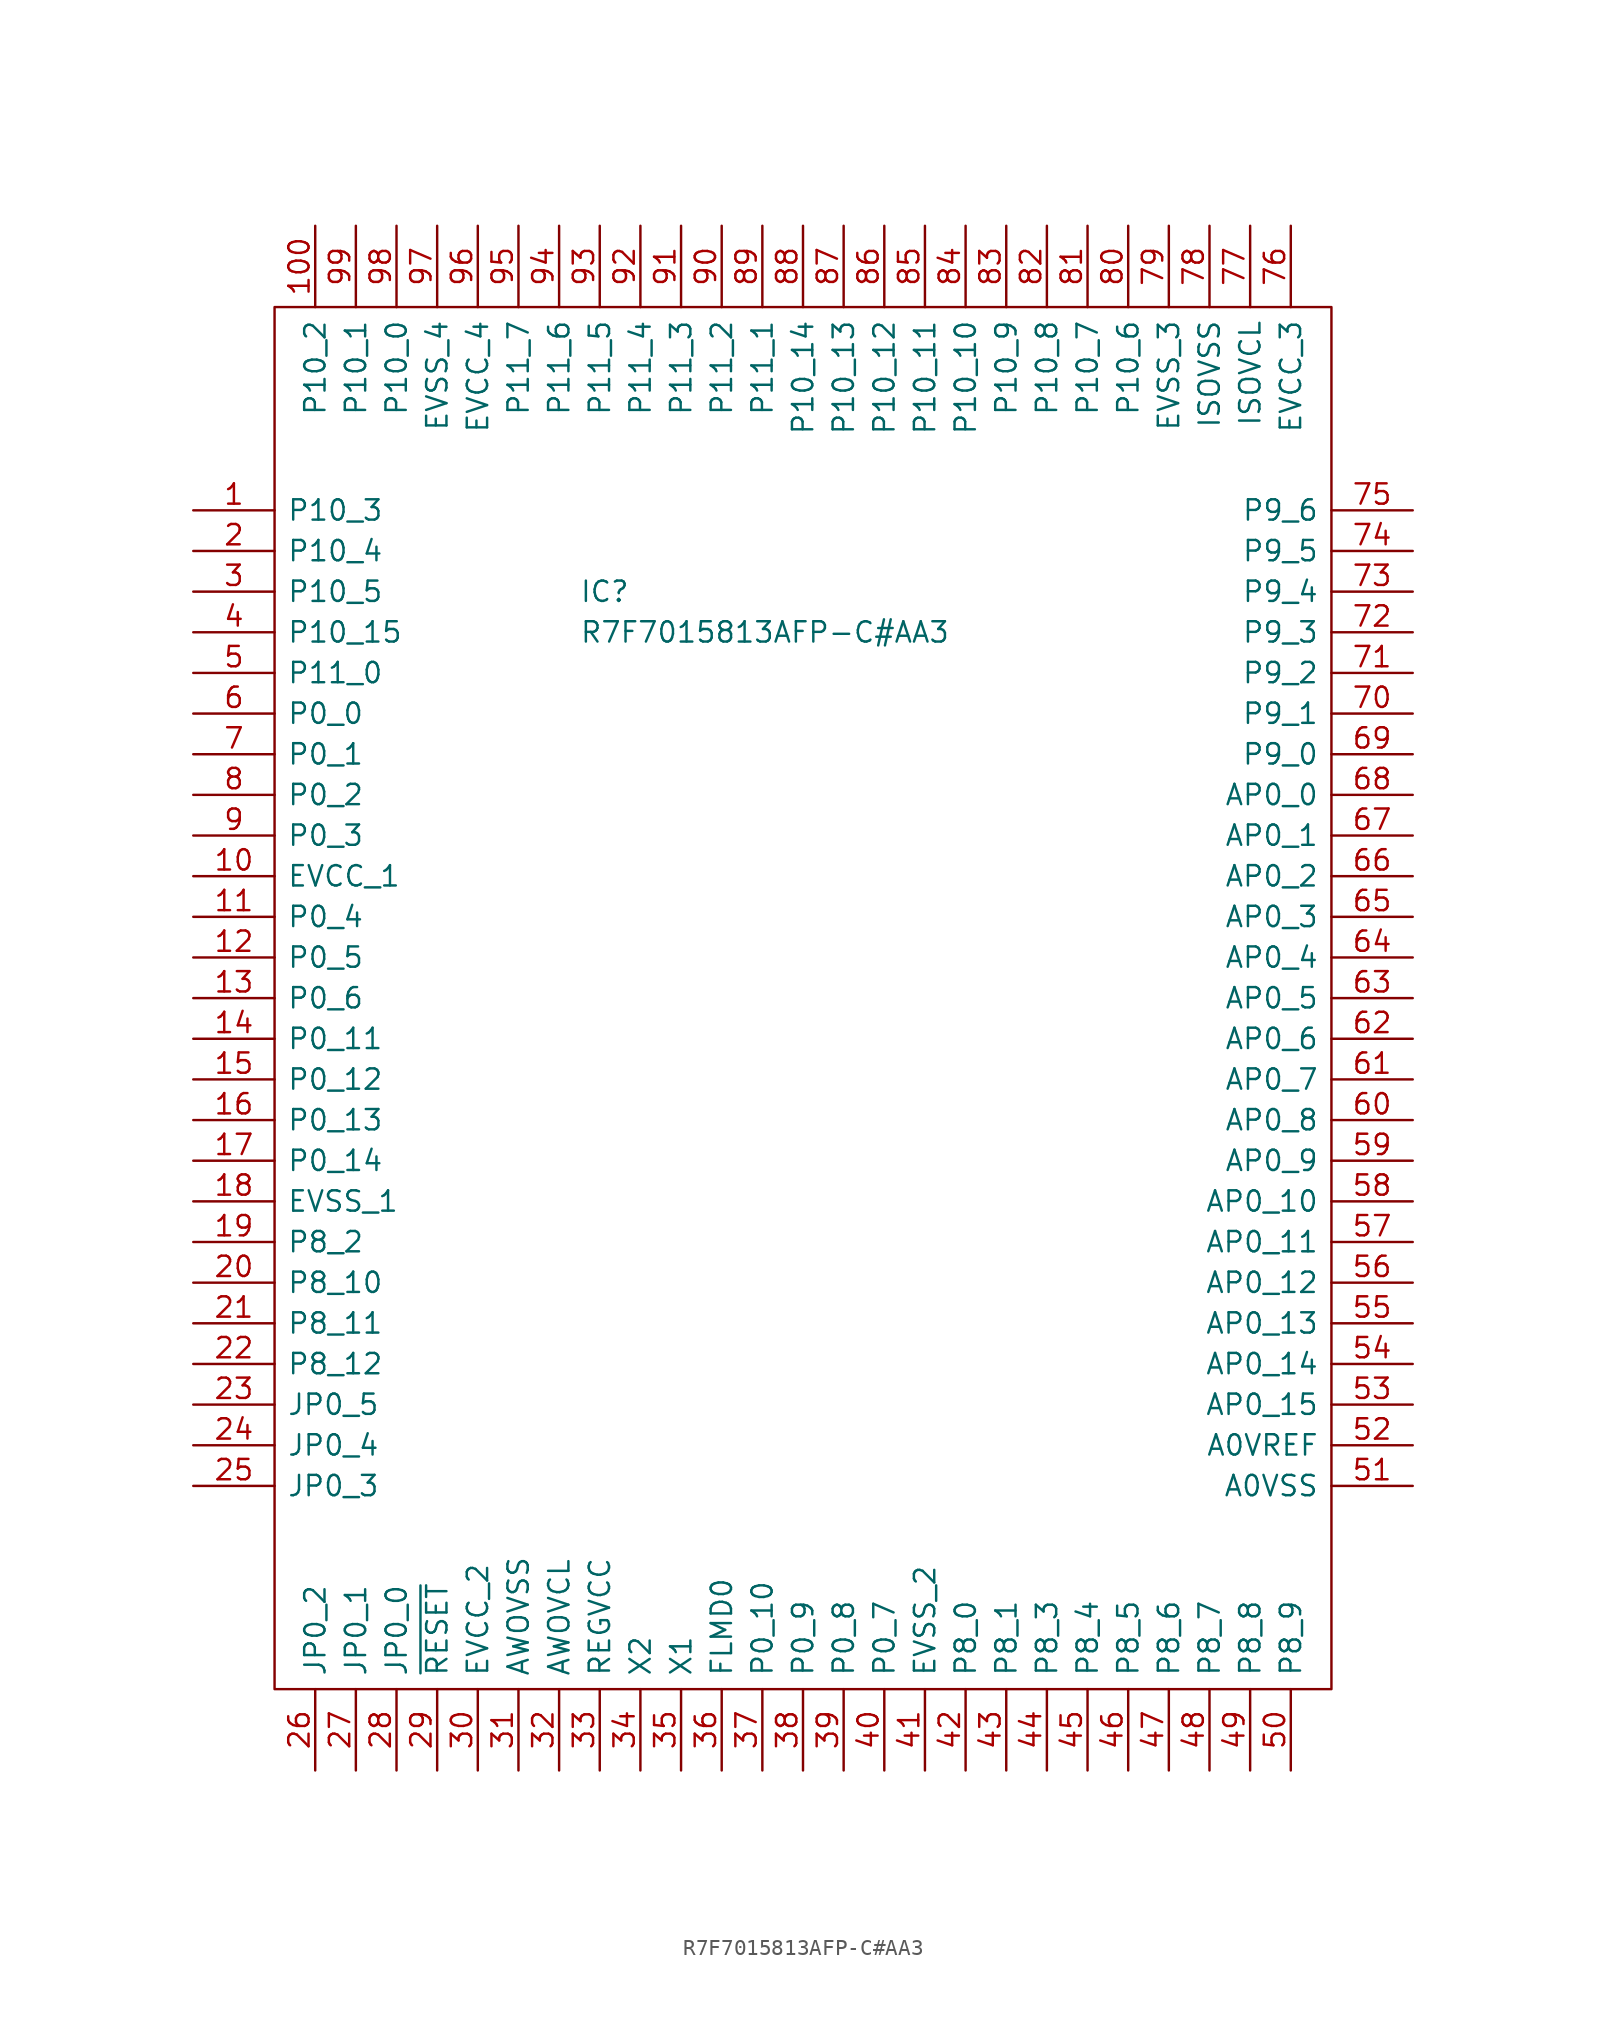
<source format=kicad_sym>
(kicad_symbol_lib
  (version 20211014)
  (generator kicad_symbol_editor)
  (symbol "R7F7015813AFP-C#AA3"
    (pin_names
      (offset 0.762))
    (property "Reference" "IC"
      (at -13.97 26.67 0)
      (effects (font (size 1.27 1.27)) (justify left)))
    (property "Value" "R7F7015813AFP-C#AA3"
      (at -13.97 24.13 0)
      (effects (font (size 1.27 1.27)) (justify left)))
    (symbol "R7F7015813AFP-C#AA3_0_0"
      (pin passive line (at -38.1 31.75 0) (length 5.08) (name "P10_3" (effects (font (size 1.27 1.27)))) (number "1" (effects (font (size 1.27 1.27)))))
      (pin passive line (at -38.1 8.89 0) (length 5.08) (name "EVCC_1" (effects (font (size 1.27 1.27)))) (number "10" (effects (font (size 1.27 1.27)))))
      (pin passive line (at -30.48 49.53 270) (length 5.08) (name "P10_2" (effects (font (size 1.27 1.27)))) (number "100" (effects (font (size 1.27 1.27)))))
      (pin passive line (at -38.1 6.35 0) (length 5.08) (name "P0_4" (effects (font (size 1.27 1.27)))) (number "11" (effects (font (size 1.27 1.27)))))
      (pin passive line (at -38.1 3.81 0) (length 5.08) (name "P0_5" (effects (font (size 1.27 1.27)))) (number "12" (effects (font (size 1.27 1.27)))))
      (pin passive line (at -38.1 1.27 0) (length 5.08) (name "P0_6" (effects (font (size 1.27 1.27)))) (number "13" (effects (font (size 1.27 1.27)))))
      (pin passive line (at -38.1 -1.27 0) (length 5.08) (name "P0_11" (effects (font (size 1.27 1.27)))) (number "14" (effects (font (size 1.27 1.27)))))
      (pin passive line (at -38.1 -3.81 0) (length 5.08) (name "P0_12" (effects (font (size 1.27 1.27)))) (number "15" (effects (font (size 1.27 1.27)))))
      (pin passive line (at -38.1 -6.35 0) (length 5.08) (name "P0_13" (effects (font (size 1.27 1.27)))) (number "16" (effects (font (size 1.27 1.27)))))
      (pin passive line (at -38.1 -8.89 0) (length 5.08) (name "P0_14" (effects (font (size 1.27 1.27)))) (number "17" (effects (font (size 1.27 1.27)))))
      (pin passive line (at -38.1 -11.43 0) (length 5.08) (name "EVSS_1" (effects (font (size 1.27 1.27)))) (number "18" (effects (font (size 1.27 1.27)))))
      (pin passive line (at -38.1 -13.97 0) (length 5.08) (name "P8_2" (effects (font (size 1.27 1.27)))) (number "19" (effects (font (size 1.27 1.27)))))
      (pin passive line (at -38.1 29.21 0) (length 5.08) (name "P10_4" (effects (font (size 1.27 1.27)))) (number "2" (effects (font (size 1.27 1.27)))))
      (pin passive line (at -38.1 -16.51 0) (length 5.08) (name "P8_10" (effects (font (size 1.27 1.27)))) (number "20" (effects (font (size 1.27 1.27)))))
      (pin passive line (at -38.1 -19.05 0) (length 5.08) (name "P8_11" (effects (font (size 1.27 1.27)))) (number "21" (effects (font (size 1.27 1.27)))))
      (pin passive line (at -38.1 -21.59 0) (length 5.08) (name "P8_12" (effects (font (size 1.27 1.27)))) (number "22" (effects (font (size 1.27 1.27)))))
      (pin passive line (at -38.1 -24.13 0) (length 5.08) (name "JP0_5" (effects (font (size 1.27 1.27)))) (number "23" (effects (font (size 1.27 1.27)))))
      (pin passive line (at -38.1 -26.67 0) (length 5.08) (name "JP0_4" (effects (font (size 1.27 1.27)))) (number "24" (effects (font (size 1.27 1.27)))))
      (pin passive line (at -38.1 -29.21 0) (length 5.08) (name "JP0_3" (effects (font (size 1.27 1.27)))) (number "25" (effects (font (size 1.27 1.27)))))
      (pin passive line (at -30.48 -46.99 90) (length 5.08) (name "JP0_2" (effects (font (size 1.27 1.27)))) (number "26" (effects (font (size 1.27 1.27)))))
      (pin passive line (at -27.94 -46.99 90) (length 5.08) (name "JP0_1" (effects (font (size 1.27 1.27)))) (number "27" (effects (font (size 1.27 1.27)))))
      (pin passive line (at -25.4 -46.99 90) (length 5.08) (name "JP0_0" (effects (font (size 1.27 1.27)))) (number "28" (effects (font (size 1.27 1.27)))))
      (pin passive line (at -22.86 -46.99 90) (length 5.08) (name "~{RESET}" (effects (font (size 1.27 1.27)))) (number "29" (effects (font (size 1.27 1.27)))))
      (pin passive line (at -38.1 26.67 0) (length 5.08) (name "P10_5" (effects (font (size 1.27 1.27)))) (number "3" (effects (font (size 1.27 1.27)))))
      (pin passive line (at -20.32 -46.99 90) (length 5.08) (name "EVCC_2" (effects (font (size 1.27 1.27)))) (number "30" (effects (font (size 1.27 1.27)))))
      (pin passive line (at -17.78 -46.99 90) (length 5.08) (name "AWOVSS" (effects (font (size 1.27 1.27)))) (number "31" (effects (font (size 1.27 1.27)))))
      (pin passive line (at -15.24 -46.99 90) (length 5.08) (name "AWOVCL" (effects (font (size 1.27 1.27)))) (number "32" (effects (font (size 1.27 1.27)))))
      (pin passive line (at -12.7 -46.99 90) (length 5.08) (name "REGVCC" (effects (font (size 1.27 1.27)))) (number "33" (effects (font (size 1.27 1.27)))))
      (pin passive line (at -10.16 -46.99 90) (length 5.08) (name "X2" (effects (font (size 1.27 1.27)))) (number "34" (effects (font (size 1.27 1.27)))))
      (pin passive line (at -7.62 -46.99 90) (length 5.08) (name "X1" (effects (font (size 1.27 1.27)))) (number "35" (effects (font (size 1.27 1.27)))))
      (pin passive line (at -5.08 -46.99 90) (length 5.08) (name "FLMD0" (effects (font (size 1.27 1.27)))) (number "36" (effects (font (size 1.27 1.27)))))
      (pin passive line (at -2.54 -46.99 90) (length 5.08) (name "P0_10" (effects (font (size 1.27 1.27)))) (number "37" (effects (font (size 1.27 1.27)))))
      (pin passive line (at 0 -46.99 90) (length 5.08) (name "P0_9" (effects (font (size 1.27 1.27)))) (number "38" (effects (font (size 1.27 1.27)))))
      (pin passive line (at 2.54 -46.99 90) (length 5.08) (name "P0_8" (effects (font (size 1.27 1.27)))) (number "39" (effects (font (size 1.27 1.27)))))
      (pin passive line (at -38.1 24.13 0) (length 5.08) (name "P10_15" (effects (font (size 1.27 1.27)))) (number "4" (effects (font (size 1.27 1.27)))))
      (pin passive line (at 5.08 -46.99 90) (length 5.08) (name "P0_7" (effects (font (size 1.27 1.27)))) (number "40" (effects (font (size 1.27 1.27)))))
      (pin passive line (at 7.62 -46.99 90) (length 5.08) (name "EVSS_2" (effects (font (size 1.27 1.27)))) (number "41" (effects (font (size 1.27 1.27)))))
      (pin passive line (at 10.16 -46.99 90) (length 5.08) (name "P8_0" (effects (font (size 1.27 1.27)))) (number "42" (effects (font (size 1.27 1.27)))))
      (pin passive line (at 12.7 -46.99 90) (length 5.08) (name "P8_1" (effects (font (size 1.27 1.27)))) (number "43" (effects (font (size 1.27 1.27)))))
      (pin passive line (at 15.24 -46.99 90) (length 5.08) (name "P8_3" (effects (font (size 1.27 1.27)))) (number "44" (effects (font (size 1.27 1.27)))))
      (pin passive line (at 17.78 -46.99 90) (length 5.08) (name "P8_4" (effects (font (size 1.27 1.27)))) (number "45" (effects (font (size 1.27 1.27)))))
      (pin passive line (at 20.32 -46.99 90) (length 5.08) (name "P8_5" (effects (font (size 1.27 1.27)))) (number "46" (effects (font (size 1.27 1.27)))))
      (pin passive line (at 22.86 -46.99 90) (length 5.08) (name "P8_6" (effects (font (size 1.27 1.27)))) (number "47" (effects (font (size 1.27 1.27)))))
      (pin passive line (at 25.4 -46.99 90) (length 5.08) (name "P8_7" (effects (font (size 1.27 1.27)))) (number "48" (effects (font (size 1.27 1.27)))))
      (pin passive line (at 27.94 -46.99 90) (length 5.08) (name "P8_8" (effects (font (size 1.27 1.27)))) (number "49" (effects (font (size 1.27 1.27)))))
      (pin passive line (at -38.1 21.59 0) (length 5.08) (name "P11_0" (effects (font (size 1.27 1.27)))) (number "5" (effects (font (size 1.27 1.27)))))
      (pin passive line (at 30.48 -46.99 90) (length 5.08) (name "P8_9" (effects (font (size 1.27 1.27)))) (number "50" (effects (font (size 1.27 1.27)))))
      (pin passive line (at 38.1 -29.21 180) (length 5.08) (name "A0VSS" (effects (font (size 1.27 1.27)))) (number "51" (effects (font (size 1.27 1.27)))))
      (pin passive line (at 38.1 -26.67 180) (length 5.08) (name "A0VREF" (effects (font (size 1.27 1.27)))) (number "52" (effects (font (size 1.27 1.27)))))
      (pin passive line (at 38.1 -24.13 180) (length 5.08) (name "AP0_15" (effects (font (size 1.27 1.27)))) (number "53" (effects (font (size 1.27 1.27)))))
      (pin passive line (at 38.1 -21.59 180) (length 5.08) (name "AP0_14" (effects (font (size 1.27 1.27)))) (number "54" (effects (font (size 1.27 1.27)))))
      (pin passive line (at 38.1 -19.05 180) (length 5.08) (name "AP0_13" (effects (font (size 1.27 1.27)))) (number "55" (effects (font (size 1.27 1.27)))))
      (pin passive line (at 38.1 -16.51 180) (length 5.08) (name "AP0_12" (effects (font (size 1.27 1.27)))) (number "56" (effects (font (size 1.27 1.27)))))
      (pin passive line (at 38.1 -13.97 180) (length 5.08) (name "AP0_11" (effects (font (size 1.27 1.27)))) (number "57" (effects (font (size 1.27 1.27)))))
      (pin passive line (at 38.1 -11.43 180) (length 5.08) (name "AP0_10" (effects (font (size 1.27 1.27)))) (number "58" (effects (font (size 1.27 1.27)))))
      (pin passive line (at 38.1 -8.89 180) (length 5.08) (name "AP0_9" (effects (font (size 1.27 1.27)))) (number "59" (effects (font (size 1.27 1.27)))))
      (pin passive line (at -38.1 19.05 0) (length 5.08) (name "P0_0" (effects (font (size 1.27 1.27)))) (number "6" (effects (font (size 1.27 1.27)))))
      (pin passive line (at 38.1 -6.35 180) (length 5.08) (name "AP0_8" (effects (font (size 1.27 1.27)))) (number "60" (effects (font (size 1.27 1.27)))))
      (pin passive line (at 38.1 -3.81 180) (length 5.08) (name "AP0_7" (effects (font (size 1.27 1.27)))) (number "61" (effects (font (size 1.27 1.27)))))
      (pin passive line (at 38.1 -1.27 180) (length 5.08) (name "AP0_6" (effects (font (size 1.27 1.27)))) (number "62" (effects (font (size 1.27 1.27)))))
      (pin passive line (at 38.1 1.27 180) (length 5.08) (name "AP0_5" (effects (font (size 1.27 1.27)))) (number "63" (effects (font (size 1.27 1.27)))))
      (pin passive line (at 38.1 3.81 180) (length 5.08) (name "AP0_4" (effects (font (size 1.27 1.27)))) (number "64" (effects (font (size 1.27 1.27)))))
      (pin passive line (at 38.1 6.35 180) (length 5.08) (name "AP0_3" (effects (font (size 1.27 1.27)))) (number "65" (effects (font (size 1.27 1.27)))))
      (pin passive line (at 38.1 8.89 180) (length 5.08) (name "AP0_2" (effects (font (size 1.27 1.27)))) (number "66" (effects (font (size 1.27 1.27)))))
      (pin passive line (at 38.1 11.43 180) (length 5.08) (name "AP0_1" (effects (font (size 1.27 1.27)))) (number "67" (effects (font (size 1.27 1.27)))))
      (pin passive line (at 38.1 13.97 180) (length 5.08) (name "AP0_0" (effects (font (size 1.27 1.27)))) (number "68" (effects (font (size 1.27 1.27)))))
      (pin passive line (at 38.1 16.51 180) (length 5.08) (name "P9_0" (effects (font (size 1.27 1.27)))) (number "69" (effects (font (size 1.27 1.27)))))
      (pin passive line (at -38.1 16.51 0) (length 5.08) (name "P0_1" (effects (font (size 1.27 1.27)))) (number "7" (effects (font (size 1.27 1.27)))))
      (pin passive line (at 38.1 19.05 180) (length 5.08) (name "P9_1" (effects (font (size 1.27 1.27)))) (number "70" (effects (font (size 1.27 1.27)))))
      (pin passive line (at 38.1 21.59 180) (length 5.08) (name "P9_2" (effects (font (size 1.27 1.27)))) (number "71" (effects (font (size 1.27 1.27)))))
      (pin passive line (at 38.1 24.13 180) (length 5.08) (name "P9_3" (effects (font (size 1.27 1.27)))) (number "72" (effects (font (size 1.27 1.27)))))
      (pin passive line (at 38.1 26.67 180) (length 5.08) (name "P9_4" (effects (font (size 1.27 1.27)))) (number "73" (effects (font (size 1.27 1.27)))))
      (pin passive line (at 38.1 29.21 180) (length 5.08) (name "P9_5" (effects (font (size 1.27 1.27)))) (number "74" (effects (font (size 1.27 1.27)))))
      (pin passive line (at 38.1 31.75 180) (length 5.08) (name "P9_6" (effects (font (size 1.27 1.27)))) (number "75" (effects (font (size 1.27 1.27)))))
      (pin passive line (at 30.48 49.53 270) (length 5.08) (name "EVCC_3" (effects (font (size 1.27 1.27)))) (number "76" (effects (font (size 1.27 1.27)))))
      (pin passive line (at 27.94 49.53 270) (length 5.08) (name "ISOVCL" (effects (font (size 1.27 1.27)))) (number "77" (effects (font (size 1.27 1.27)))))
      (pin passive line (at 25.4 49.53 270) (length 5.08) (name "ISOVSS" (effects (font (size 1.27 1.27)))) (number "78" (effects (font (size 1.27 1.27)))))
      (pin passive line (at 22.86 49.53 270) (length 5.08) (name "EVSS_3" (effects (font (size 1.27 1.27)))) (number "79" (effects (font (size 1.27 1.27)))))
      (pin passive line (at -38.1 13.97 0) (length 5.08) (name "P0_2" (effects (font (size 1.27 1.27)))) (number "8" (effects (font (size 1.27 1.27)))))
      (pin passive line (at 20.32 49.53 270) (length 5.08) (name "P10_6" (effects (font (size 1.27 1.27)))) (number "80" (effects (font (size 1.27 1.27)))))
      (pin passive line (at 17.78 49.53 270) (length 5.08) (name "P10_7" (effects (font (size 1.27 1.27)))) (number "81" (effects (font (size 1.27 1.27)))))
      (pin passive line (at 15.24 49.53 270) (length 5.08) (name "P10_8" (effects (font (size 1.27 1.27)))) (number "82" (effects (font (size 1.27 1.27)))))
      (pin passive line (at 12.7 49.53 270) (length 5.08) (name "P10_9" (effects (font (size 1.27 1.27)))) (number "83" (effects (font (size 1.27 1.27)))))
      (pin passive line (at 10.16 49.53 270) (length 5.08) (name "P10_10" (effects (font (size 1.27 1.27)))) (number "84" (effects (font (size 1.27 1.27)))))
      (pin passive line (at 7.62 49.53 270) (length 5.08) (name "P10_11" (effects (font (size 1.27 1.27)))) (number "85" (effects (font (size 1.27 1.27)))))
      (pin passive line (at 5.08 49.53 270) (length 5.08) (name "P10_12" (effects (font (size 1.27 1.27)))) (number "86" (effects (font (size 1.27 1.27)))))
      (pin passive line (at 2.54 49.53 270) (length 5.08) (name "P10_13" (effects (font (size 1.27 1.27)))) (number "87" (effects (font (size 1.27 1.27)))))
      (pin passive line (at 0 49.53 270) (length 5.08) (name "P10_14" (effects (font (size 1.27 1.27)))) (number "88" (effects (font (size 1.27 1.27)))))
      (pin passive line (at -2.54 49.53 270) (length 5.08) (name "P11_1" (effects (font (size 1.27 1.27)))) (number "89" (effects (font (size 1.27 1.27)))))
      (pin passive line (at -38.1 11.43 0) (length 5.08) (name "P0_3" (effects (font (size 1.27 1.27)))) (number "9" (effects (font (size 1.27 1.27)))))
      (pin passive line (at -5.08 49.53 270) (length 5.08) (name "P11_2" (effects (font (size 1.27 1.27)))) (number "90" (effects (font (size 1.27 1.27)))))
      (pin passive line (at -7.62 49.53 270) (length 5.08) (name "P11_3" (effects (font (size 1.27 1.27)))) (number "91" (effects (font (size 1.27 1.27)))))
      (pin passive line (at -10.16 49.53 270) (length 5.08) (name "P11_4" (effects (font (size 1.27 1.27)))) (number "92" (effects (font (size 1.27 1.27)))))
      (pin passive line (at -12.7 49.53 270) (length 5.08) (name "P11_5" (effects (font (size 1.27 1.27)))) (number "93" (effects (font (size 1.27 1.27)))))
      (pin passive line (at -15.24 49.53 270) (length 5.08) (name "P11_6" (effects (font (size 1.27 1.27)))) (number "94" (effects (font (size 1.27 1.27)))))
      (pin passive line (at -17.78 49.53 270) (length 5.08) (name "P11_7" (effects (font (size 1.27 1.27)))) (number "95" (effects (font (size 1.27 1.27)))))
      (pin passive line (at -20.32 49.53 270) (length 5.08) (name "EVCC_4" (effects (font (size 1.27 1.27)))) (number "96" (effects (font (size 1.27 1.27)))))
      (pin passive line (at -22.86 49.53 270) (length 5.08) (name "EVSS_4" (effects (font (size 1.27 1.27)))) (number "97" (effects (font (size 1.27 1.27)))))
      (pin passive line (at -25.4 49.53 270) (length 5.08) (name "P10_0" (effects (font (size 1.27 1.27)))) (number "98" (effects (font (size 1.27 1.27)))))
      (pin passive line (at -27.94 49.53 270) (length 5.08) (name "P10_1" (effects (font (size 1.27 1.27)))) (number "99" (effects (font (size 1.27 1.27))))))
    (symbol "R7F7015813AFP-C#AA3_0_1"
      (polyline (pts (xy -33.02 44.45) (xy 33.02 44.45) (xy 33.02 -41.91) (xy -33.02 -41.91) (xy -33.02 44.45)) (stroke (width 0.152) (type default) (color 0 0 0 0)) (fill (type none))))))
</source>
